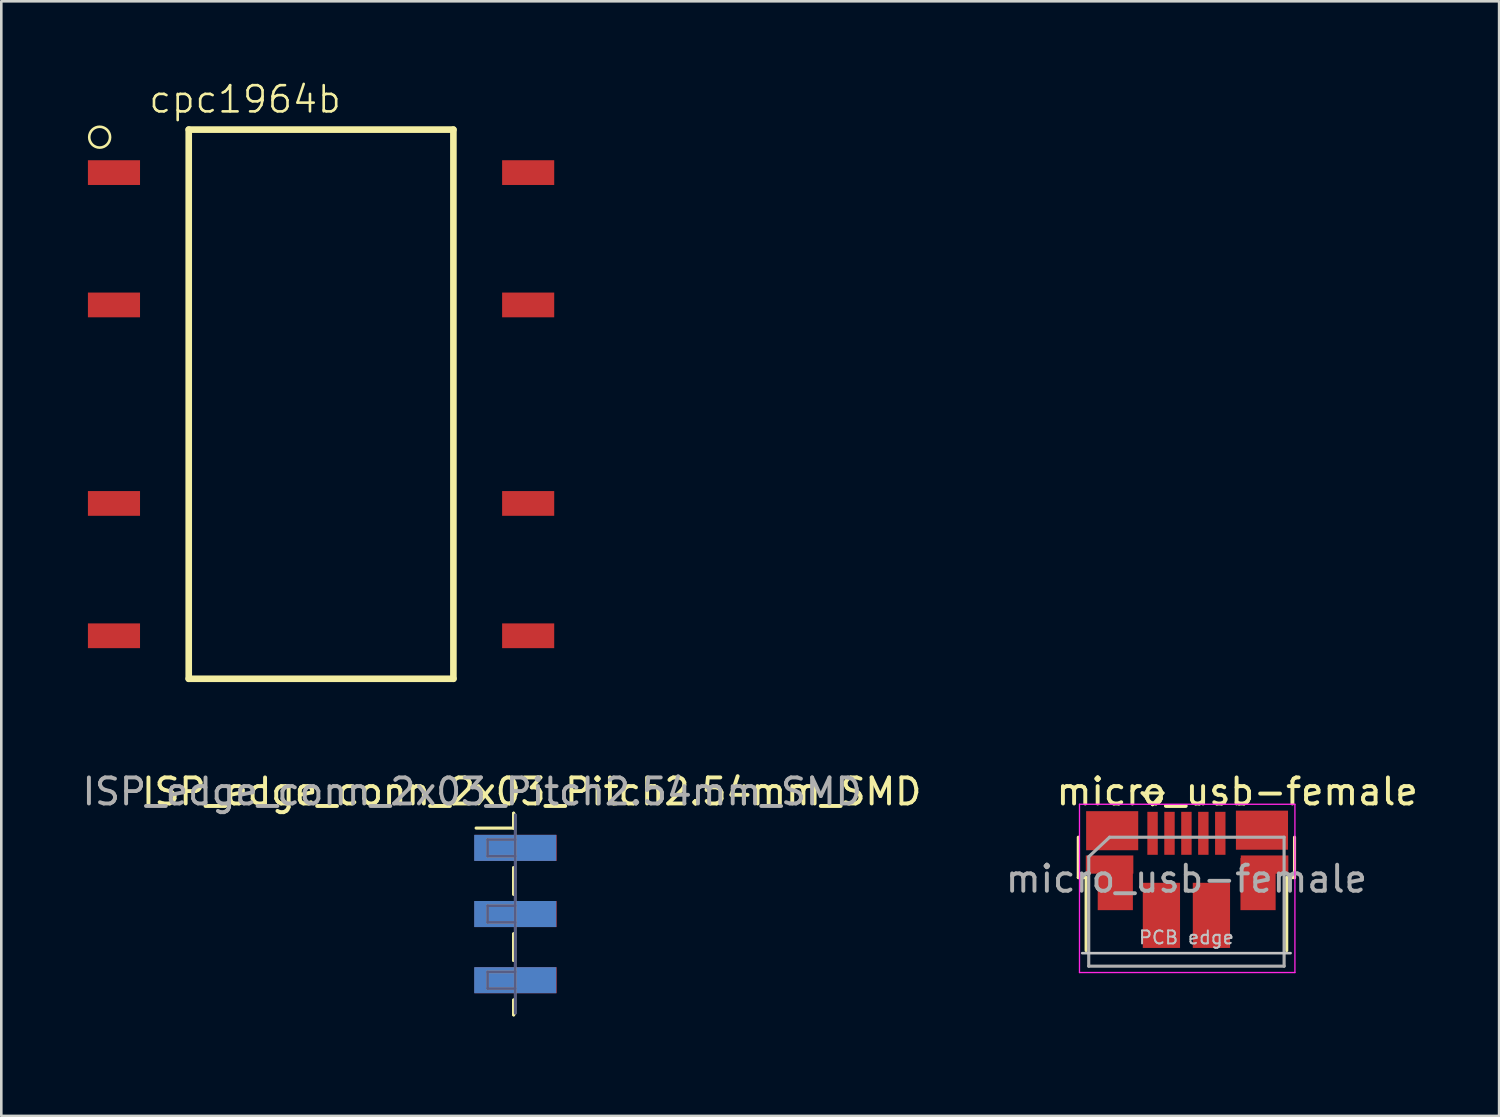
<source format=kicad_pcb>
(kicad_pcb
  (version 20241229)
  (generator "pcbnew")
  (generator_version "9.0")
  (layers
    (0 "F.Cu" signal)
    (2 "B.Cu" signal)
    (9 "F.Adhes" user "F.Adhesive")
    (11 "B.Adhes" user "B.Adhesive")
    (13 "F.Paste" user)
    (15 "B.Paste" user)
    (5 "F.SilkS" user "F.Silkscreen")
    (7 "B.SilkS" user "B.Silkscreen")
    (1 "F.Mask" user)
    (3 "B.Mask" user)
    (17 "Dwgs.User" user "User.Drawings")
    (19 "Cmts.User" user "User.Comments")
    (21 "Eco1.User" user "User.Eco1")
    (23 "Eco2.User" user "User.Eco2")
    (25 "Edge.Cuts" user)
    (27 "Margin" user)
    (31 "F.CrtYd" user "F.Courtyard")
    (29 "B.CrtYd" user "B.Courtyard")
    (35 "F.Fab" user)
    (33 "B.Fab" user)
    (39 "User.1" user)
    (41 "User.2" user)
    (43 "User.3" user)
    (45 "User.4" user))
  (footprint "ISP_edge_conn_2x03_Pitch2.54mm_SMD"
    (layer "F.Cu")
    (at 19.268 32.038)
    (property "Reference" "ISP_edge_conn_2x03_Pitch2.54mm_SMD" (at -1.905 -4.699 0) (layer "F.SilkS") (effects (font (size 1 1) (thickness 0.15))))
    (attr smd)
    (fp_line (start -4.04 -3.3) (end -2.6 -3.3) (stroke (width 0.12) (type solid)) (layer "F.SilkS"))
    (fp_line (start -2.6 -3.87) (end -2.6 -3.3) (stroke (width 0.12) (type solid)) (layer "F.SilkS"))
    (fp_line (start -2.6 -3.87) (end -2.6 -3.3) (stroke (width 0.12) (type solid)) (layer "F.SilkS"))
    (fp_line (start -2.6 -1.78) (end -2.6 -0.76) (stroke (width 0.12) (type solid)) (layer "F.SilkS"))
    (fp_line (start -2.6 -1.78) (end -2.6 -0.76) (stroke (width 0.12) (type solid)) (layer "F.SilkS"))
    (fp_line (start -2.6 0.76) (end -2.6 1.78) (stroke (width 0.12) (type solid)) (layer "F.SilkS"))
    (fp_line (start -2.6 0.76) (end -2.6 1.78) (stroke (width 0.12) (type solid)) (layer "F.SilkS"))
    (fp_line (start -2.6 3.3) (end -2.6 3.87) (stroke (width 0.12) (type solid)) (layer "F.SilkS"))
    (fp_line (start -2.6 3.3) (end -2.6 3.87) (stroke (width 0.12) (type solid)) (layer "F.SilkS"))
    (fp_line (start -0.381 4.35) (end -0.381 -4.35) (stroke (width 0.8) (type solid)) (layer "Eco1.User"))
    (fp_line (start -3.6 -2.86) (end -3.6 -2.22) (stroke (width 0.1) (type solid)) (layer "B.Fab"))
    (fp_line (start -3.6 -2.22) (end -2.54 -2.22) (stroke (width 0.1) (type solid)) (layer "B.Fab"))
    (fp_line (start -3.6 -0.32) (end -3.6 0.32) (stroke (width 0.1) (type solid)) (layer "B.Fab"))
    (fp_line (start -3.6 0.32) (end -2.54 0.32) (stroke (width 0.1) (type solid)) (layer "B.Fab"))
    (fp_line (start -3.6 2.22) (end -3.6 2.86) (stroke (width 0.1) (type solid)) (layer "B.Fab"))
    (fp_line (start -3.6 2.86) (end -2.54 2.86) (stroke (width 0.1) (type solid)) (layer "B.Fab"))
    (fp_line (start -2.54 -3.81) (end -2.54 3.81) (stroke (width 0.1) (type solid)) (layer "B.Fab"))
    (fp_line (start -2.54 -2.86) (end -3.6 -2.86) (stroke (width 0.1) (type solid)) (layer "B.Fab"))
    (fp_line (start -2.54 -0.32) (end -3.6 -0.32) (stroke (width 0.1) (type solid)) (layer "B.Fab"))
    (fp_line (start -2.54 2.22) (end -3.6 2.22) (stroke (width 0.1) (type solid)) (layer "B.Fab"))
    (fp_line (start -3.6 -2.86) (end -3.6 -2.22) (stroke (width 0.1) (type solid)) (layer "F.Fab"))
    (fp_line (start -3.6 -2.22) (end -2.54 -2.22) (stroke (width 0.1) (type solid)) (layer "F.Fab"))
    (fp_line (start -3.6 -0.32) (end -3.6 0.32) (stroke (width 0.1) (type solid)) (layer "F.Fab"))
    (fp_line (start -3.6 0.32) (end -2.54 0.32) (stroke (width 0.1) (type solid)) (layer "F.Fab"))
    (fp_line (start -3.6 2.22) (end -3.6 2.86) (stroke (width 0.1) (type solid)) (layer "F.Fab"))
    (fp_line (start -3.6 2.86) (end -2.54 2.86) (stroke (width 0.1) (type solid)) (layer "F.Fab"))
    (fp_line (start -2.54 -3.81) (end -2.54 3.81) (stroke (width 0.1) (type solid)) (layer "F.Fab"))
    (fp_line (start -2.54 -2.86) (end -3.6 -2.86) (stroke (width 0.1) (type solid)) (layer "F.Fab"))
    (fp_line (start -2.54 -0.32) (end -3.6 -0.32) (stroke (width 0.1) (type solid)) (layer "F.Fab"))
    (fp_line (start -2.54 2.22) (end -3.6 2.22) (stroke (width 0.1) (type solid)) (layer "F.Fab"))
    (fp_text user "${REFERENCE}" (at -4.191 -4.699 180) (layer "F.Fab") (effects (font (size 1 1) (thickness 0.15))))
    (pad "1" smd rect (at -2.525 -2.54) (size 3.15 1) (layers "F.Cu" "F.Mask" "F.Paste"))
    (pad "2" smd rect (at -2.54 -2.54) (size 3.15 1) (layers "F.Mask" "B.Cu" "F.Paste"))
    (pad "3" smd rect (at -2.525 0) (size 3.15 1) (layers "F.Cu" "F.Mask" "F.Paste"))
    (pad "4" smd rect (at -2.54 0) (size 3.15 1) (layers "F.Mask" "B.Cu" "F.Paste"))
    (pad "5" smd rect (at -2.525 2.54) (size 3.15 1) (layers "F.Cu" "F.Mask" "F.Paste"))
    (pad "6" smd rect (at -2.54 2.54) (size 3.15 1) (layers "F.Mask" "B.Cu" "F.Paste")))
  (footprint "micro_usb-female"
    (layer "F.Cu")
    (at 42.519 30.704)
    (property "Reference" "micro_usb-female" (at 1.925 -3.365 0) (layer "F.SilkS") (effects (font (size 1 1) (thickness 0.15))))
    (attr smd)
    (fp_line (start -4.175 -0.065) (end -4.175 -1.615) (stroke (width 0.12) (type solid)) (layer "F.SilkS"))
    (fp_line (start -4.175 -0.065) (end -3.875 -0.065) (stroke (width 0.12) (type solid)) (layer "F.SilkS"))
    (fp_line (start -3.875 2.735) (end -3.875 -0.065) (stroke (width 0.12) (type solid)) (layer "F.SilkS"))
    (fp_line (start -1.725 -3.315) (end -0.925 -3.315) (stroke (width 0.12) (type solid)) (layer "F.SilkS"))
    (fp_line (start -1.325 -2.865) (end -1.725 -3.315) (stroke (width 0.12) (type solid)) (layer "F.SilkS"))
    (fp_line (start -0.925 -3.315) (end -1.325 -2.865) (stroke (width 0.12) (type solid)) (layer "F.SilkS"))
    (fp_line (start 3.825 -0.065) (end 4.125 -0.065) (stroke (width 0.12) (type solid)) (layer "F.SilkS"))
    (fp_line (start 3.825 2.735) (end 3.825 -0.065) (stroke (width 0.12) (type solid)) (layer "F.SilkS"))
    (fp_line (start 4.125 -0.065) (end 4.125 -1.615) (stroke (width 0.12) (type solid)) (layer "F.SilkS"))
    (fp_line (start -4.025 2.835) (end 3.975 2.835) (stroke (width 0.1) (type solid)) (layer "Dwgs.User"))
    (fp_line (start -4.13 -2.88) (end -4.13 3.58) (stroke (width 0.05) (type solid)) (layer "F.CrtYd"))
    (fp_line (start -4.13 -2.88) (end 4.14 -2.88) (stroke (width 0.05) (type solid)) (layer "F.CrtYd"))
    (fp_line (start 4.14 3.58) (end -4.13 3.58) (stroke (width 0.05) (type solid)) (layer "F.CrtYd"))
    (fp_line (start 4.14 3.58) (end 4.14 -2.88) (stroke (width 0.05) (type solid)) (layer "F.CrtYd"))
    (fp_line (start -3.775 -0.865) (end -2.975 -1.615) (stroke (width 0.12) (type solid)) (layer "F.Fab"))
    (fp_line (start -3.775 3.335) (end -3.775 -0.865) (stroke (width 0.12) (type solid)) (layer "F.Fab"))
    (fp_line (start -2.975 -1.615) (end 3.725 -1.615) (stroke (width 0.12) (type solid)) (layer "F.Fab"))
    (fp_line (start 3.725 -1.615) (end 3.725 3.335) (stroke (width 0.12) (type solid)) (layer "F.Fab"))
    (fp_line (start 3.725 3.335) (end -3.775 3.335) (stroke (width 0.12) (type solid)) (layer "F.Fab"))
    (fp_text user "PCB edge" (at -0.025 2.235 0) (layer "Dwgs.User") (effects (font (size 0.5 0.5) (thickness 0.075))))
    (fp_text user "${REFERENCE}" (at -0.025 -0.015 0) (layer "F.Fab") (effects (font (size 1 1) (thickness 0.15))))
    (pad "1" smd rect (at -1.325 -1.765 90) (size 1.65 0.4) (layers "F.Cu" "F.Mask" "F.Paste"))
    (pad "2" smd rect (at -0.675 -1.765 90) (size 1.65 0.4) (layers "F.Cu" "F.Mask" "F.Paste"))
    (pad "3" smd rect (at -0.025 -1.765 90) (size 1.65 0.4) (layers "F.Cu" "F.Mask" "F.Paste"))
    (pad "4" smd rect (at 0.625 -1.765 90) (size 1.65 0.4) (layers "F.Cu" "F.Mask" "F.Paste"))
    (pad "5" smd rect (at 1.275 -1.765 90) (size 1.65 0.4) (layers "F.Cu" "F.Mask" "F.Paste"))
    (pad "6" smd rect (at -2.975 -0.565) (size 1.825 0.7) (layers "F.Cu" "F.Mask" "F.Paste"))
    (pad "6" smd rect (at -2.875 -1.865) (size 2 1.5) (layers "F.Cu" "F.Mask" "F.Paste"))
    (pad "6" smd rect (at -2.755 0.185) (size 1.35 2) (layers "F.Cu" "F.Mask" "F.Paste"))
    (pad "6" smd rect (at -0.985 1.385 90) (size 2.5 1.43) (layers "F.Cu" "F.Mask" "F.Paste"))
    (pad "6" smd rect (at 0.935 1.385 90) (size 2.5 1.43) (layers "F.Cu" "F.Mask" "F.Paste"))
    (pad "6" smd rect (at 2.725 0.185) (size 1.35 2) (layers "F.Cu" "F.Mask" "F.Paste"))
    (pad "6" smd rect (at 2.875 -1.885) (size 2 1.5) (layers "F.Cu" "F.Mask" "F.Paste"))
    (pad "6" smd rect (at 2.975 -0.565) (size 1.825 0.7) (layers "F.Cu" "F.Mask" "F.Paste")))
  (footprint "cpc1964b"
    (layer "F.Cu")
    (at 9.275 12.466)
    (property "Reference" "cpc1964b" (at -2.917 -11.702 0) (layer "F.SilkS") (effects (font (size 1.006 1.006) (thickness 0.1))))
    (attr smd)
    (fp_line (start -5.08 -10.541) (end 5.08 -10.541) (stroke (width 0.254) (type solid)) (layer "F.SilkS"))
    (fp_line (start -5.08 10.541) (end -5.08 -10.541) (stroke (width 0.254) (type solid)) (layer "F.SilkS"))
    (fp_line (start 5.08 -10.541) (end 5.08 10.541) (stroke (width 0.254) (type solid)) (layer "F.SilkS"))
    (fp_line (start 5.08 10.541) (end -5.08 10.541) (stroke (width 0.254) (type solid)) (layer "F.SilkS"))
    (fp_circle (center -8.5 -10.25) (end -8.1 -10.25) (stroke (width 0.1) (type solid)) (fill no) (layer "F.SilkS"))
    (fp_line (start -9.25 -11) (end 9.25 -11) (stroke (width 0.05) (type solid)) (layer "Eco1.User"))
    (fp_line (start -9.25 11) (end -9.25 -11) (stroke (width 0.05) (type solid)) (layer "Eco1.User"))
    (fp_line (start 9.25 -11) (end 9.25 11) (stroke (width 0.05) (type solid)) (layer "Eco1.User"))
    (fp_line (start 9.25 11) (end -9.25 11) (stroke (width 0.05) (type solid)) (layer "Eco1.User"))
    (fp_circle (center -3.5 -8.75) (end -2.7 -8.75) (stroke (width 0.254) (type solid)) (fill no) (layer "Eco2.User"))
    (fp_poly (pts (xy -8.483 8.509) (xy -5.096 8.509) (xy -5.096 9.366) (xy -8.483 9.366)) (stroke (width 0.1) (type solid)) (fill no) (layer "Eco2.User"))
    (fp_poly (pts (xy -8.469 -4.191) (xy -5.096 -4.191) (xy -5.096 -3.458) (xy -8.469 -3.458)) (stroke (width 0.1) (type solid)) (fill no) (layer "Eco2.User"))
    (fp_poly (pts (xy -8.463 3.429) (xy -5.096 3.429) (xy -5.096 4.223) (xy -8.463 4.223)) (stroke (width 0.1) (type solid)) (fill no) (layer "Eco2.User"))
    (fp_poly (pts (xy -8.449 -9.271) (xy -5.096 -9.271) (xy -5.096 -8.561) (xy -8.449 -8.561)) (stroke (width 0.1) (type solid)) (fill no) (layer "Eco2.User"))
    (fp_poly (pts (xy 5.124 -9.271) (xy 8.398 -9.271) (xy 8.398 -8.556) (xy 5.124 -8.556)) (stroke (width 0.1) (type solid)) (fill no) (layer "Eco2.User"))
    (fp_poly (pts (xy 5.135 3.429) (xy 8.398 3.429) (xy 8.398 4.223) (xy 5.135 4.223)) (stroke (width 0.1) (type solid)) (fill no) (layer "Eco2.User"))
    (fp_poly (pts (xy 5.143 -4.191) (xy 8.398 -4.191) (xy 8.398 -3.461) (xy 5.143 -3.461)) (stroke (width 0.1) (type solid)) (fill no) (layer "Eco2.User"))
    (fp_poly (pts (xy 5.153 8.509) (xy 8.398 8.509) (xy 8.398 9.375) (xy 5.153 9.375)) (stroke (width 0.1) (type solid)) (fill no) (layer "Eco2.User"))
    (pad "1" smd rect (at -7.95 -8.89) (size 2 0.95) (layers "F.Cu" "F.Mask" "F.Paste"))
    (pad "2" smd rect (at -7.95 -3.81) (size 2 0.95) (layers "F.Cu" "F.Mask" "F.Paste"))
    (pad "3" smd rect (at -7.95 3.81) (size 2 0.95) (layers "F.Cu" "F.Mask" "F.Paste"))
    (pad "4" smd rect (at -7.95 8.89) (size 2 0.95) (layers "F.Cu" "F.Mask" "F.Paste"))
    (pad "5" smd rect (at 7.95 8.89) (size 2 0.95) (layers "F.Cu" "F.Mask" "F.Paste"))
    (pad "6" smd rect (at 7.95 3.81) (size 2 0.95) (layers "F.Cu" "F.Mask" "F.Paste"))
    (pad "7" smd rect (at 7.95 -3.81) (size 2 0.95) (layers "F.Cu" "F.Mask" "F.Paste"))
    (pad "8" smd rect (at 7.95 -8.89) (size 2 0.95) (layers "F.Cu" "F.Mask" "F.Paste")))
  (gr_rect
    (start -3 -3)
    (end 54.498 39.788)
    (stroke (width 0.1) (type default))
    (fill no)
    (layer "Edge.Cuts")))
</source>
